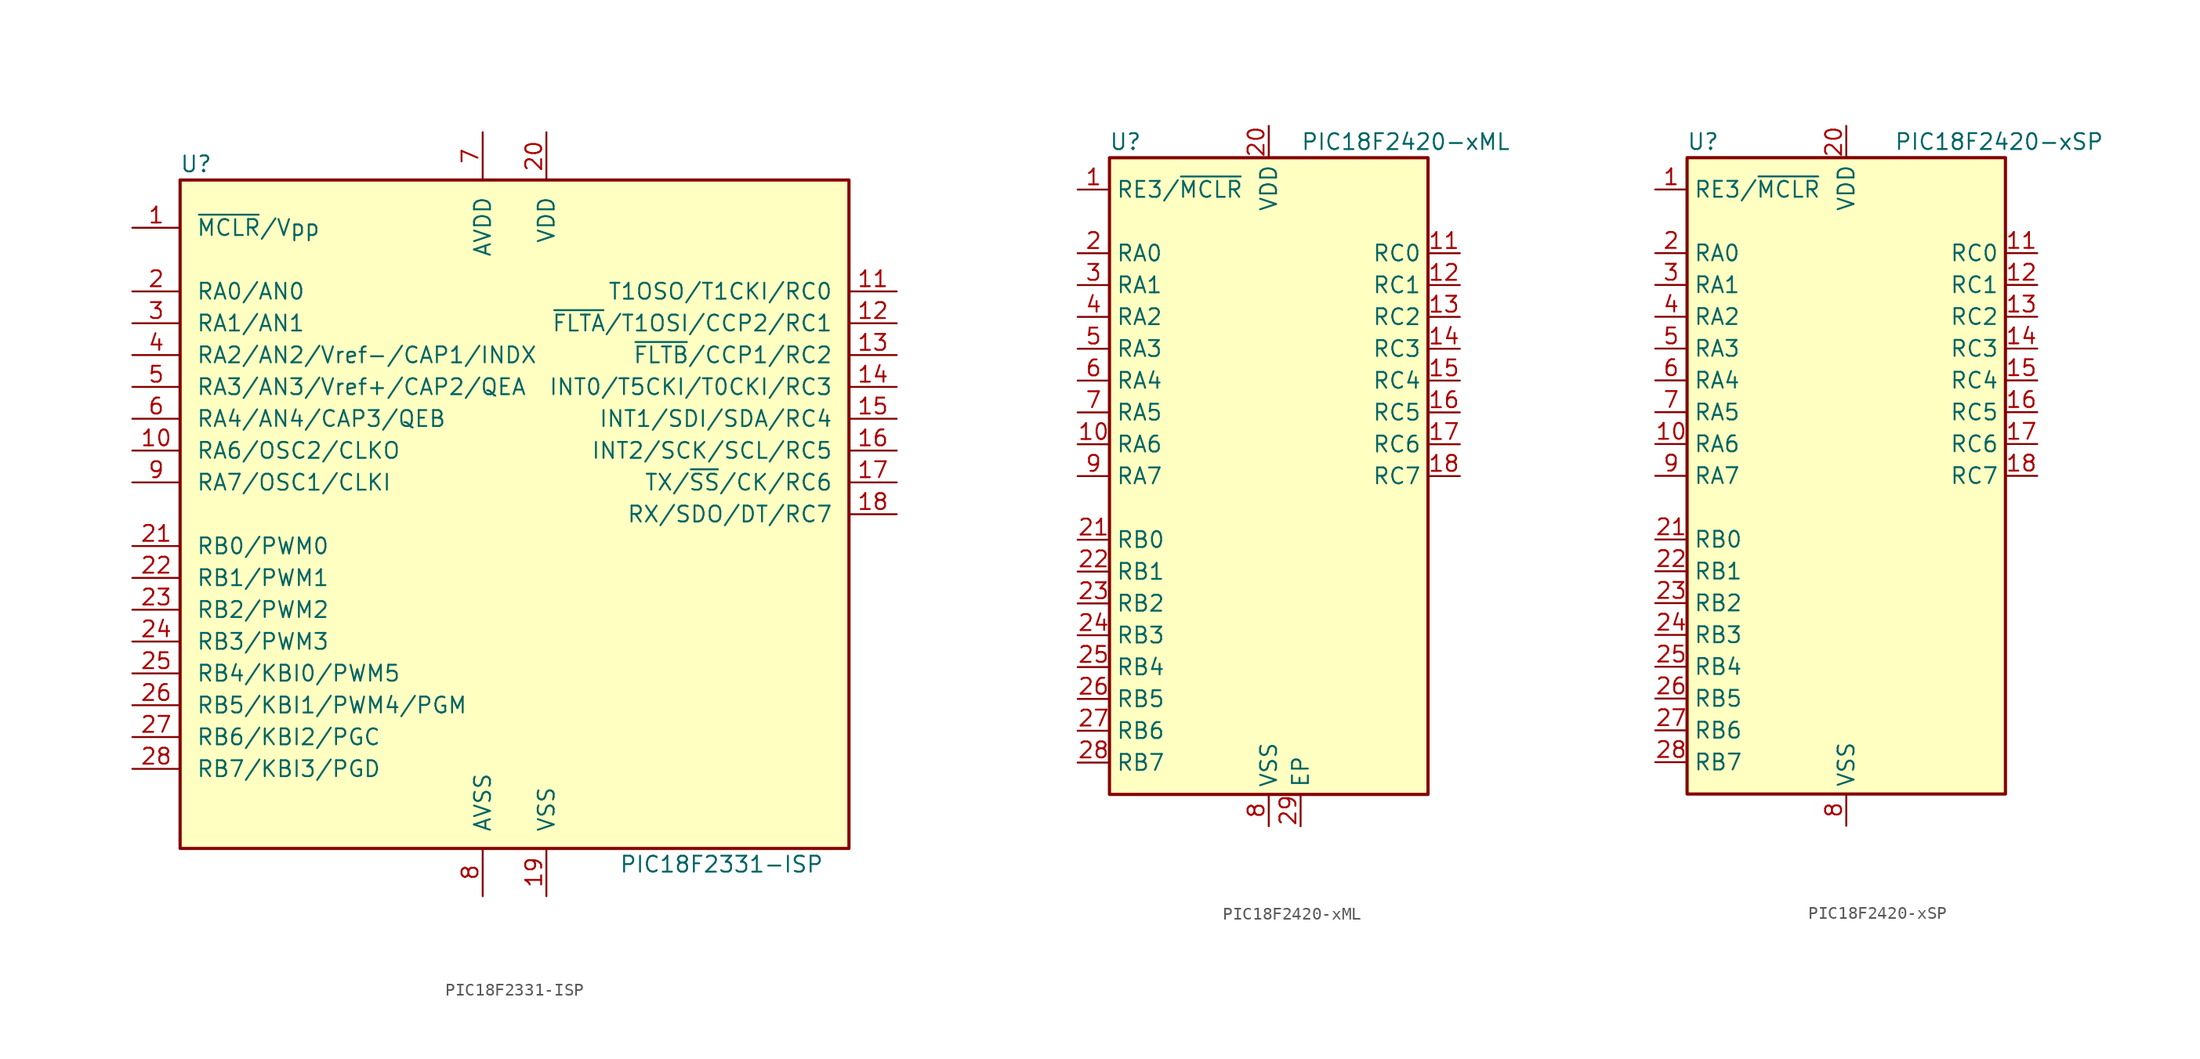
<source format=kicad_sym>
(kicad_symbol_lib
  (version 20201005)
  (generator kicad_symbol_editor)
  (symbol "MCU_Microchip_PIC18:PIC18F2331-ISP"
    (pin_names
      (offset 1.27))
    (property "Reference" "U"
      (at -25.4 27.94 0)
      (effects (font (size 1.27 1.27))))
    (property "Value" "PIC18F2331-ISP"
      (at 16.51 -27.94 0)
      (effects (font (size 1.27 1.27))))
    (symbol "PIC18F2331-ISP_0_1"
      (rectangle (start -26.67 26.67) (end 26.67 -26.67) (stroke (width 0.254)) (fill (type background))))
    (symbol "PIC18F2331-ISP_1_1"
      (pin input line (at -30.48 22.86 0) (length 3.81) (name "~MCLR~/Vpp" (effects (font (size 1.27 1.27)))) (number "1" (effects (font (size 1.27 1.27)))))
      (pin bidirectional line (at -30.48 5.08 0) (length 3.81) (name "RA6/OSC2/CLKO" (effects (font (size 1.27 1.27)))) (number "10" (effects (font (size 1.27 1.27)))))
      (pin bidirectional line (at 30.48 17.78 180) (length 3.81) (name "T1OSO/T1CKI/RC0" (effects (font (size 1.27 1.27)))) (number "11" (effects (font (size 1.27 1.27)))))
      (pin bidirectional line (at 30.48 15.24 180) (length 3.81) (name "~FLTA~/T1OSI/CCP2/RC1" (effects (font (size 1.27 1.27)))) (number "12" (effects (font (size 1.27 1.27)))))
      (pin bidirectional line (at 30.48 12.7 180) (length 3.81) (name "~FLTB~/CCP1/RC2" (effects (font (size 1.27 1.27)))) (number "13" (effects (font (size 1.27 1.27)))))
      (pin bidirectional line (at 30.48 10.16 180) (length 3.81) (name "INT0/T5CKI/T0CKI/RC3" (effects (font (size 1.27 1.27)))) (number "14" (effects (font (size 1.27 1.27)))))
      (pin bidirectional line (at 30.48 7.62 180) (length 3.81) (name "INT1/SDI/SDA/RC4" (effects (font (size 1.27 1.27)))) (number "15" (effects (font (size 1.27 1.27)))))
      (pin bidirectional line (at 30.48 5.08 180) (length 3.81) (name "INT2/SCK/SCL/RC5" (effects (font (size 1.27 1.27)))) (number "16" (effects (font (size 1.27 1.27)))))
      (pin bidirectional line (at 30.48 2.54 180) (length 3.81) (name "TX/~SS~/CK/RC6" (effects (font (size 1.27 1.27)))) (number "17" (effects (font (size 1.27 1.27)))))
      (pin bidirectional line (at 30.48 0 180) (length 3.81) (name "RX/SDO/DT/RC7" (effects (font (size 1.27 1.27)))) (number "18" (effects (font (size 1.27 1.27)))))
      (pin power_in line (at 2.54 -30.48 90) (length 3.81) (name "VSS" (effects (font (size 1.27 1.27)))) (number "19" (effects (font (size 1.27 1.27)))))
      (pin bidirectional line (at -30.48 17.78 0) (length 3.81) (name "RA0/AN0" (effects (font (size 1.27 1.27)))) (number "2" (effects (font (size 1.27 1.27)))))
      (pin power_in line (at 2.54 30.48 270) (length 3.81) (name "VDD" (effects (font (size 1.27 1.27)))) (number "20" (effects (font (size 1.27 1.27)))))
      (pin bidirectional line (at -30.48 -2.54 0) (length 3.81) (name "RB0/PWM0" (effects (font (size 1.27 1.27)))) (number "21" (effects (font (size 1.27 1.27)))))
      (pin bidirectional line (at -30.48 -5.08 0) (length 3.81) (name "RB1/PWM1" (effects (font (size 1.27 1.27)))) (number "22" (effects (font (size 1.27 1.27)))))
      (pin bidirectional line (at -30.48 -7.62 0) (length 3.81) (name "RB2/PWM2" (effects (font (size 1.27 1.27)))) (number "23" (effects (font (size 1.27 1.27)))))
      (pin bidirectional line (at -30.48 -10.16 0) (length 3.81) (name "RB3/PWM3" (effects (font (size 1.27 1.27)))) (number "24" (effects (font (size 1.27 1.27)))))
      (pin bidirectional line (at -30.48 -12.7 0) (length 3.81) (name "RB4/KBI0/PWM5" (effects (font (size 1.27 1.27)))) (number "25" (effects (font (size 1.27 1.27)))))
      (pin bidirectional line (at -30.48 -15.24 0) (length 3.81) (name "RB5/KBI1/PWM4/PGM" (effects (font (size 1.27 1.27)))) (number "26" (effects (font (size 1.27 1.27)))))
      (pin bidirectional line (at -30.48 -17.78 0) (length 3.81) (name "RB6/KBI2/PGC" (effects (font (size 1.27 1.27)))) (number "27" (effects (font (size 1.27 1.27)))))
      (pin bidirectional line (at -30.48 -20.32 0) (length 3.81) (name "RB7/KBI3/PGD" (effects (font (size 1.27 1.27)))) (number "28" (effects (font (size 1.27 1.27)))))
      (pin bidirectional line (at -30.48 15.24 0) (length 3.81) (name "RA1/AN1" (effects (font (size 1.27 1.27)))) (number "3" (effects (font (size 1.27 1.27)))))
      (pin bidirectional line (at -30.48 12.7 0) (length 3.81) (name "RA2/AN2/Vref-/CAP1/INDX" (effects (font (size 1.27 1.27)))) (number "4" (effects (font (size 1.27 1.27)))))
      (pin bidirectional line (at -30.48 10.16 0) (length 3.81) (name "RA3/AN3/Vref+/CAP2/QEA" (effects (font (size 1.27 1.27)))) (number "5" (effects (font (size 1.27 1.27)))))
      (pin bidirectional line (at -30.48 7.62 0) (length 3.81) (name "RA4/AN4/CAP3/QEB" (effects (font (size 1.27 1.27)))) (number "6" (effects (font (size 1.27 1.27)))))
      (pin power_in line (at -2.54 30.48 270) (length 3.81) (name "AVDD" (effects (font (size 1.27 1.27)))) (number "7" (effects (font (size 1.27 1.27)))))
      (pin power_in line (at -2.54 -30.48 90) (length 3.81) (name "AVSS" (effects (font (size 1.27 1.27)))) (number "8" (effects (font (size 1.27 1.27)))))
      (pin bidirectional line (at -30.48 2.54 0) (length 3.81) (name "RA7/OSC1/CLKI" (effects (font (size 1.27 1.27)))) (number "9" (effects (font (size 1.27 1.27)))))))
  (symbol "MCU_Microchip_PIC18:PIC18F2420-xML"
    (property "Reference" "U"
      (at -11.43 26.67 0)
      (effects (font (size 1.27 1.27))))
    (property "Value" "PIC18F2420-xML"
      (at 2.54 26.67 0)
      (effects (font (size 1.27 1.27)) (justify left)))
    (symbol "PIC18F2420-xML_0_1"
      (rectangle (start -12.7 25.4) (end 12.7 -25.4) (stroke (width 0.254)) (fill (type background))))
    (symbol "PIC18F2420-xML_1_1"
      (pin input line (at -15.24 22.86 0) (length 2.54) (name "RE3/~MCLR~" (effects (font (size 1.27 1.27)))) (number "1" (effects (font (size 1.27 1.27)))))
      (pin bidirectional line (at -15.24 2.54 0) (length 2.54) (name "RA6" (effects (font (size 1.27 1.27)))) (number "10" (effects (font (size 1.27 1.27)))))
      (pin bidirectional line (at 15.24 17.78 180) (length 2.54) (name "RC0" (effects (font (size 1.27 1.27)))) (number "11" (effects (font (size 1.27 1.27)))))
      (pin bidirectional line (at 15.24 15.24 180) (length 2.54) (name "RC1" (effects (font (size 1.27 1.27)))) (number "12" (effects (font (size 1.27 1.27)))))
      (pin bidirectional line (at 15.24 12.7 180) (length 2.54) (name "RC2" (effects (font (size 1.27 1.27)))) (number "13" (effects (font (size 1.27 1.27)))))
      (pin bidirectional line (at 15.24 10.16 180) (length 2.54) (name "RC3" (effects (font (size 1.27 1.27)))) (number "14" (effects (font (size 1.27 1.27)))))
      (pin bidirectional line (at 15.24 7.62 180) (length 2.54) (name "RC4" (effects (font (size 1.27 1.27)))) (number "15" (effects (font (size 1.27 1.27)))))
      (pin bidirectional line (at 15.24 5.08 180) (length 2.54) (name "RC5" (effects (font (size 1.27 1.27)))) (number "16" (effects (font (size 1.27 1.27)))))
      (pin bidirectional line (at 15.24 2.54 180) (length 2.54) (name "RC6" (effects (font (size 1.27 1.27)))) (number "17" (effects (font (size 1.27 1.27)))))
      (pin bidirectional line (at 15.24 0 180) (length 2.54) (name "RC7" (effects (font (size 1.27 1.27)))) (number "18" (effects (font (size 1.27 1.27)))))
      (pin passive line (at 0 -27.94 90) (length 2.54) hide (name "VSS" (effects (font (size 1.27 1.27)))) (number "19" (effects (font (size 1.27 1.27)))))
      (pin bidirectional line (at -15.24 17.78 0) (length 2.54) (name "RA0" (effects (font (size 1.27 1.27)))) (number "2" (effects (font (size 1.27 1.27)))))
      (pin power_in line (at 0 27.94 270) (length 2.54) (name "VDD" (effects (font (size 1.27 1.27)))) (number "20" (effects (font (size 1.27 1.27)))))
      (pin bidirectional line (at -15.24 -5.08 0) (length 2.54) (name "RB0" (effects (font (size 1.27 1.27)))) (number "21" (effects (font (size 1.27 1.27)))))
      (pin bidirectional line (at -15.24 -7.62 0) (length 2.54) (name "RB1" (effects (font (size 1.27 1.27)))) (number "22" (effects (font (size 1.27 1.27)))))
      (pin bidirectional line (at -15.24 -10.16 0) (length 2.54) (name "RB2" (effects (font (size 1.27 1.27)))) (number "23" (effects (font (size 1.27 1.27)))))
      (pin bidirectional line (at -15.24 -12.7 0) (length 2.54) (name "RB3" (effects (font (size 1.27 1.27)))) (number "24" (effects (font (size 1.27 1.27)))))
      (pin bidirectional line (at -15.24 -15.24 0) (length 2.54) (name "RB4" (effects (font (size 1.27 1.27)))) (number "25" (effects (font (size 1.27 1.27)))))
      (pin bidirectional line (at -15.24 -17.78 0) (length 2.54) (name "RB5" (effects (font (size 1.27 1.27)))) (number "26" (effects (font (size 1.27 1.27)))))
      (pin bidirectional line (at -15.24 -20.32 0) (length 2.54) (name "RB6" (effects (font (size 1.27 1.27)))) (number "27" (effects (font (size 1.27 1.27)))))
      (pin bidirectional line (at -15.24 -22.86 0) (length 2.54) (name "RB7" (effects (font (size 1.27 1.27)))) (number "28" (effects (font (size 1.27 1.27)))))
      (pin passive line (at 2.54 -27.94 90) (length 2.54) (name "EP" (effects (font (size 1.27 1.27)))) (number "29" (effects (font (size 1.27 1.27)))))
      (pin bidirectional line (at -15.24 15.24 0) (length 2.54) (name "RA1" (effects (font (size 1.27 1.27)))) (number "3" (effects (font (size 1.27 1.27)))))
      (pin bidirectional line (at -15.24 12.7 0) (length 2.54) (name "RA2" (effects (font (size 1.27 1.27)))) (number "4" (effects (font (size 1.27 1.27)))))
      (pin bidirectional line (at -15.24 10.16 0) (length 2.54) (name "RA3" (effects (font (size 1.27 1.27)))) (number "5" (effects (font (size 1.27 1.27)))))
      (pin bidirectional line (at -15.24 7.62 0) (length 2.54) (name "RA4" (effects (font (size 1.27 1.27)))) (number "6" (effects (font (size 1.27 1.27)))))
      (pin bidirectional line (at -15.24 5.08 0) (length 2.54) (name "RA5" (effects (font (size 1.27 1.27)))) (number "7" (effects (font (size 1.27 1.27)))))
      (pin power_in line (at 0 -27.94 90) (length 2.54) (name "VSS" (effects (font (size 1.27 1.27)))) (number "8" (effects (font (size 1.27 1.27)))))
      (pin bidirectional line (at -15.24 0 0) (length 2.54) (name "RA7" (effects (font (size 1.27 1.27)))) (number "9" (effects (font (size 1.27 1.27)))))))
  (symbol "MCU_Microchip_PIC18:PIC18F2420-xSP"
    (property "Reference" "U"
      (at -11.43 26.67 0)
      (effects (font (size 1.27 1.27))))
    (property "Value" "PIC18F2420-xSP"
      (at 3.81 26.67 0)
      (effects (font (size 1.27 1.27)) (justify left)))
    (symbol "PIC18F2420-xSP_0_1"
      (rectangle (start -12.7 25.4) (end 12.7 -25.4) (stroke (width 0.254)) (fill (type background))))
    (symbol "PIC18F2420-xSP_1_1"
      (pin input line (at -15.24 22.86 0) (length 2.54) (name "RE3/~MCLR~" (effects (font (size 1.27 1.27)))) (number "1" (effects (font (size 1.27 1.27)))))
      (pin bidirectional line (at -15.24 2.54 0) (length 2.54) (name "RA6" (effects (font (size 1.27 1.27)))) (number "10" (effects (font (size 1.27 1.27)))))
      (pin bidirectional line (at 15.24 17.78 180) (length 2.54) (name "RC0" (effects (font (size 1.27 1.27)))) (number "11" (effects (font (size 1.27 1.27)))))
      (pin bidirectional line (at 15.24 15.24 180) (length 2.54) (name "RC1" (effects (font (size 1.27 1.27)))) (number "12" (effects (font (size 1.27 1.27)))))
      (pin bidirectional line (at 15.24 12.7 180) (length 2.54) (name "RC2" (effects (font (size 1.27 1.27)))) (number "13" (effects (font (size 1.27 1.27)))))
      (pin bidirectional line (at 15.24 10.16 180) (length 2.54) (name "RC3" (effects (font (size 1.27 1.27)))) (number "14" (effects (font (size 1.27 1.27)))))
      (pin bidirectional line (at 15.24 7.62 180) (length 2.54) (name "RC4" (effects (font (size 1.27 1.27)))) (number "15" (effects (font (size 1.27 1.27)))))
      (pin bidirectional line (at 15.24 5.08 180) (length 2.54) (name "RC5" (effects (font (size 1.27 1.27)))) (number "16" (effects (font (size 1.27 1.27)))))
      (pin bidirectional line (at 15.24 2.54 180) (length 2.54) (name "RC6" (effects (font (size 1.27 1.27)))) (number "17" (effects (font (size 1.27 1.27)))))
      (pin bidirectional line (at 15.24 0 180) (length 2.54) (name "RC7" (effects (font (size 1.27 1.27)))) (number "18" (effects (font (size 1.27 1.27)))))
      (pin passive line (at 0 -27.94 90) (length 2.54) hide (name "VSS" (effects (font (size 1.27 1.27)))) (number "19" (effects (font (size 1.27 1.27)))))
      (pin bidirectional line (at -15.24 17.78 0) (length 2.54) (name "RA0" (effects (font (size 1.27 1.27)))) (number "2" (effects (font (size 1.27 1.27)))))
      (pin power_in line (at 0 27.94 270) (length 2.54) (name "VDD" (effects (font (size 1.27 1.27)))) (number "20" (effects (font (size 1.27 1.27)))))
      (pin bidirectional line (at -15.24 -5.08 0) (length 2.54) (name "RB0" (effects (font (size 1.27 1.27)))) (number "21" (effects (font (size 1.27 1.27)))))
      (pin bidirectional line (at -15.24 -7.62 0) (length 2.54) (name "RB1" (effects (font (size 1.27 1.27)))) (number "22" (effects (font (size 1.27 1.27)))))
      (pin bidirectional line (at -15.24 -10.16 0) (length 2.54) (name "RB2" (effects (font (size 1.27 1.27)))) (number "23" (effects (font (size 1.27 1.27)))))
      (pin bidirectional line (at -15.24 -12.7 0) (length 2.54) (name "RB3" (effects (font (size 1.27 1.27)))) (number "24" (effects (font (size 1.27 1.27)))))
      (pin bidirectional line (at -15.24 -15.24 0) (length 2.54) (name "RB4" (effects (font (size 1.27 1.27)))) (number "25" (effects (font (size 1.27 1.27)))))
      (pin bidirectional line (at -15.24 -17.78 0) (length 2.54) (name "RB5" (effects (font (size 1.27 1.27)))) (number "26" (effects (font (size 1.27 1.27)))))
      (pin bidirectional line (at -15.24 -20.32 0) (length 2.54) (name "RB6" (effects (font (size 1.27 1.27)))) (number "27" (effects (font (size 1.27 1.27)))))
      (pin bidirectional line (at -15.24 -22.86 0) (length 2.54) (name "RB7" (effects (font (size 1.27 1.27)))) (number "28" (effects (font (size 1.27 1.27)))))
      (pin bidirectional line (at -15.24 15.24 0) (length 2.54) (name "RA1" (effects (font (size 1.27 1.27)))) (number "3" (effects (font (size 1.27 1.27)))))
      (pin bidirectional line (at -15.24 12.7 0) (length 2.54) (name "RA2" (effects (font (size 1.27 1.27)))) (number "4" (effects (font (size 1.27 1.27)))))
      (pin bidirectional line (at -15.24 10.16 0) (length 2.54) (name "RA3" (effects (font (size 1.27 1.27)))) (number "5" (effects (font (size 1.27 1.27)))))
      (pin bidirectional line (at -15.24 7.62 0) (length 2.54) (name "RA4" (effects (font (size 1.27 1.27)))) (number "6" (effects (font (size 1.27 1.27)))))
      (pin bidirectional line (at -15.24 5.08 0) (length 2.54) (name "RA5" (effects (font (size 1.27 1.27)))) (number "7" (effects (font (size 1.27 1.27)))))
      (pin power_in line (at 0 -27.94 90) (length 2.54) (name "VSS" (effects (font (size 1.27 1.27)))) (number "8" (effects (font (size 1.27 1.27)))))
      (pin bidirectional line (at -15.24 0 0) (length 2.54) (name "RA7" (effects (font (size 1.27 1.27)))) (number "9" (effects (font (size 1.27 1.27))))))))
</source>
